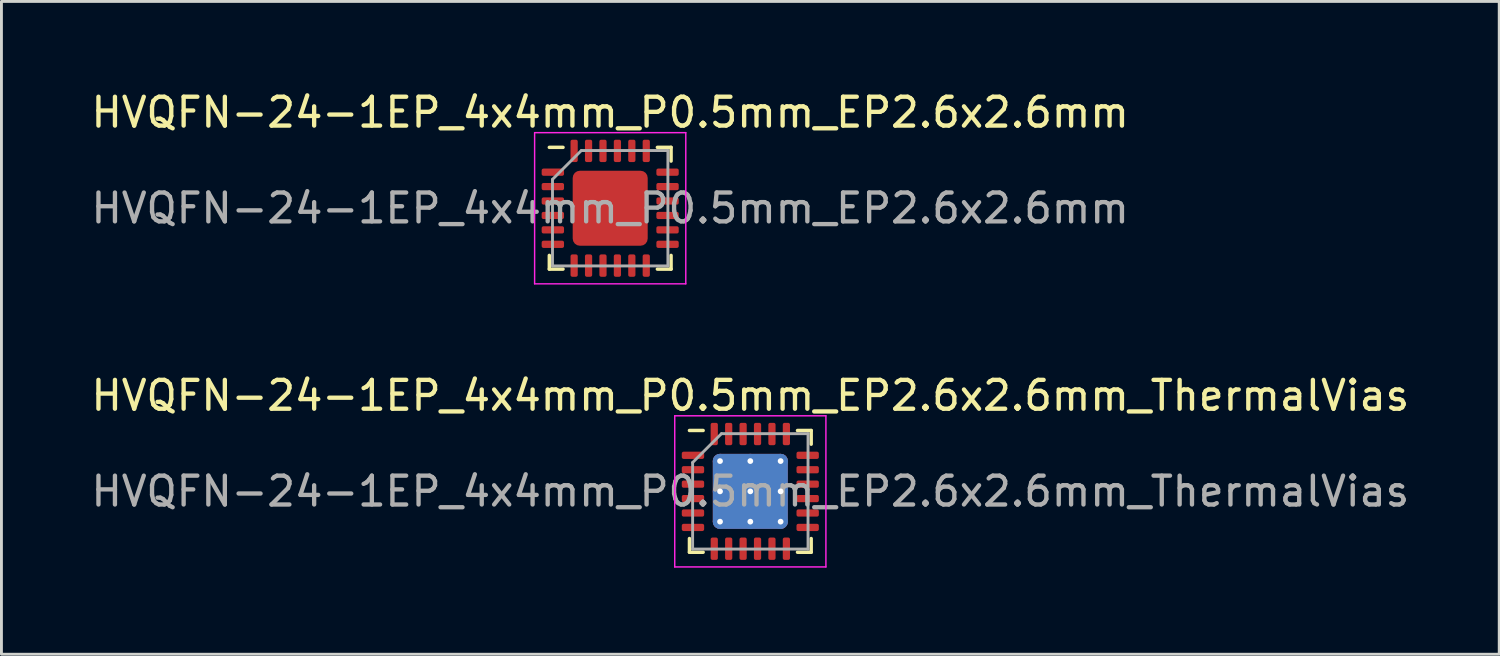
<source format=kicad_pcb>
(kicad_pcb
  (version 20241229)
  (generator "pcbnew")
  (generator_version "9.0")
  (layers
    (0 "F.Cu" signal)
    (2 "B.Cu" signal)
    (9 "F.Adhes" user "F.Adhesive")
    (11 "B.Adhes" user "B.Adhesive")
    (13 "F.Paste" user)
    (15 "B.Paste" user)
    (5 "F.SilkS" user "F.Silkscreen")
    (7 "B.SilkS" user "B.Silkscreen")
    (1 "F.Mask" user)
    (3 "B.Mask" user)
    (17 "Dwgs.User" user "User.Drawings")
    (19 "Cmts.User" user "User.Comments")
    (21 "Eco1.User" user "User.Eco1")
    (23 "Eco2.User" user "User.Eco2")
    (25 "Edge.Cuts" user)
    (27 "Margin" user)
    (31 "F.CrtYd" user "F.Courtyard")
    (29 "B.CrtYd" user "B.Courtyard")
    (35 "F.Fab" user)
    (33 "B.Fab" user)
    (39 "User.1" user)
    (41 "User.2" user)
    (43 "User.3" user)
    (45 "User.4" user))
  (footprint "HVQFN-24-1EP_4x4mm_P0.5mm_EP2.6x2.6mm"
    (layer "F.Cu")
    (at 18.101 4.168)
    (property "Reference" "HVQFN-24-1EP_4x4mm_P0.5mm_EP2.6x2.6mm" (at 0 -3.32 0) (layer "F.SilkS") (effects (font (size 1 1) (thickness 0.15))))
    (attr smd)
    (fp_line (start -2.11 2.11) (end -2.11 1.635) (stroke (width 0.12) (type solid)) (layer "F.SilkS"))
    (fp_line (start -1.635 -2.11) (end -2.11 -2.11) (stroke (width 0.12) (type solid)) (layer "F.SilkS"))
    (fp_line (start -1.635 2.11) (end -2.11 2.11) (stroke (width 0.12) (type solid)) (layer "F.SilkS"))
    (fp_line (start 1.635 -2.11) (end 2.11 -2.11) (stroke (width 0.12) (type solid)) (layer "F.SilkS"))
    (fp_line (start 1.635 2.11) (end 2.11 2.11) (stroke (width 0.12) (type solid)) (layer "F.SilkS"))
    (fp_line (start 2.11 -2.11) (end 2.11 -1.635) (stroke (width 0.12) (type solid)) (layer "F.SilkS"))
    (fp_line (start 2.11 2.11) (end 2.11 1.635) (stroke (width 0.12) (type solid)) (layer "F.SilkS"))
    (fp_line (start -2.62 -2.62) (end -2.62 2.62) (stroke (width 0.05) (type solid)) (layer "F.CrtYd"))
    (fp_line (start -2.62 2.62) (end 2.62 2.62) (stroke (width 0.05) (type solid)) (layer "F.CrtYd"))
    (fp_line (start 2.62 -2.62) (end -2.62 -2.62) (stroke (width 0.05) (type solid)) (layer "F.CrtYd"))
    (fp_line (start 2.62 2.62) (end 2.62 -2.62) (stroke (width 0.05) (type solid)) (layer "F.CrtYd"))
    (fp_line (start -2 -1) (end -1 -2) (stroke (width 0.1) (type solid)) (layer "F.Fab"))
    (fp_line (start -2 2) (end -2 -1) (stroke (width 0.1) (type solid)) (layer "F.Fab"))
    (fp_line (start -1 -2) (end 2 -2) (stroke (width 0.1) (type solid)) (layer "F.Fab"))
    (fp_line (start 2 -2) (end 2 2) (stroke (width 0.1) (type solid)) (layer "F.Fab"))
    (fp_line (start 2 2) (end -2 2) (stroke (width 0.1) (type solid)) (layer "F.Fab"))
    (fp_text user "${REFERENCE}" (at 0 0 0) (layer "F.Fab") (effects (font (size 1 1) (thickness 0.15))))
    (pad "" smd roundrect (at -0.87 -0.87) (size 0.7 0.7) (layers "F.Paste") (roundrect_rratio 0.25))
    (pad "" smd roundrect (at -0.87 0) (size 0.7 0.7) (layers "F.Paste") (roundrect_rratio 0.25))
    (pad "" smd roundrect (at -0.87 0.87) (size 0.7 0.7) (layers "F.Paste") (roundrect_rratio 0.25))
    (pad "" smd roundrect (at 0 -0.87) (size 0.7 0.7) (layers "F.Paste") (roundrect_rratio 0.25))
    (pad "" smd roundrect (at 0 0) (size 0.7 0.7) (layers "F.Paste") (roundrect_rratio 0.25))
    (pad "" smd roundrect (at 0 0.87) (size 0.7 0.7) (layers "F.Paste") (roundrect_rratio 0.25))
    (pad "" smd roundrect (at 0.87 -0.87) (size 0.7 0.7) (layers "F.Paste") (roundrect_rratio 0.25))
    (pad "" smd roundrect (at 0.87 0) (size 0.7 0.7) (layers "F.Paste") (roundrect_rratio 0.25))
    (pad "" smd roundrect (at 0.87 0.87) (size 0.7 0.7) (layers "F.Paste") (roundrect_rratio 0.25))
    (pad "1" smd roundrect (at -1.988 -1.25) (size 0.775 0.25) (layers "F.Cu" "F.Mask" "F.Paste") (roundrect_rratio 0.25))
    (pad "2" smd roundrect (at -1.988 -0.75) (size 0.775 0.25) (layers "F.Cu" "F.Mask" "F.Paste") (roundrect_rratio 0.25))
    (pad "3" smd roundrect (at -1.988 -0.25) (size 0.775 0.25) (layers "F.Cu" "F.Mask" "F.Paste") (roundrect_rratio 0.25))
    (pad "4" smd roundrect (at -1.988 0.25) (size 0.775 0.25) (layers "F.Cu" "F.Mask" "F.Paste") (roundrect_rratio 0.25))
    (pad "5" smd roundrect (at -1.988 0.75) (size 0.775 0.25) (layers "F.Cu" "F.Mask" "F.Paste") (roundrect_rratio 0.25))
    (pad "6" smd roundrect (at -1.988 1.25) (size 0.775 0.25) (layers "F.Cu" "F.Mask" "F.Paste") (roundrect_rratio 0.25))
    (pad "7" smd roundrect (at -1.25 1.988) (size 0.25 0.775) (layers "F.Cu" "F.Mask" "F.Paste") (roundrect_rratio 0.25))
    (pad "8" smd roundrect (at -0.75 1.988) (size 0.25 0.775) (layers "F.Cu" "F.Mask" "F.Paste") (roundrect_rratio 0.25))
    (pad "9" smd roundrect (at -0.25 1.988) (size 0.25 0.775) (layers "F.Cu" "F.Mask" "F.Paste") (roundrect_rratio 0.25))
    (pad "10" smd roundrect (at 0.25 1.988) (size 0.25 0.775) (layers "F.Cu" "F.Mask" "F.Paste") (roundrect_rratio 0.25))
    (pad "11" smd roundrect (at 0.75 1.988) (size 0.25 0.775) (layers "F.Cu" "F.Mask" "F.Paste") (roundrect_rratio 0.25))
    (pad "12" smd roundrect (at 1.25 1.988) (size 0.25 0.775) (layers "F.Cu" "F.Mask" "F.Paste") (roundrect_rratio 0.25))
    (pad "13" smd roundrect (at 1.988 1.25) (size 0.775 0.25) (layers "F.Cu" "F.Mask" "F.Paste") (roundrect_rratio 0.25))
    (pad "14" smd roundrect (at 1.988 0.75) (size 0.775 0.25) (layers "F.Cu" "F.Mask" "F.Paste") (roundrect_rratio 0.25))
    (pad "15" smd roundrect (at 1.988 0.25) (size 0.775 0.25) (layers "F.Cu" "F.Mask" "F.Paste") (roundrect_rratio 0.25))
    (pad "16" smd roundrect (at 1.988 -0.25) (size 0.775 0.25) (layers "F.Cu" "F.Mask" "F.Paste") (roundrect_rratio 0.25))
    (pad "17" smd roundrect (at 1.988 -0.75) (size 0.775 0.25) (layers "F.Cu" "F.Mask" "F.Paste") (roundrect_rratio 0.25))
    (pad "18" smd roundrect (at 1.988 -1.25) (size 0.775 0.25) (layers "F.Cu" "F.Mask" "F.Paste") (roundrect_rratio 0.25))
    (pad "19" smd roundrect (at 1.25 -1.988) (size 0.25 0.775) (layers "F.Cu" "F.Mask" "F.Paste") (roundrect_rratio 0.25))
    (pad "20" smd roundrect (at 0.75 -1.988) (size 0.25 0.775) (layers "F.Cu" "F.Mask" "F.Paste") (roundrect_rratio 0.25))
    (pad "21" smd roundrect (at 0.25 -1.988) (size 0.25 0.775) (layers "F.Cu" "F.Mask" "F.Paste") (roundrect_rratio 0.25))
    (pad "22" smd roundrect (at -0.25 -1.988) (size 0.25 0.775) (layers "F.Cu" "F.Mask" "F.Paste") (roundrect_rratio 0.25))
    (pad "23" smd roundrect (at -0.75 -1.988) (size 0.25 0.775) (layers "F.Cu" "F.Mask" "F.Paste") (roundrect_rratio 0.25))
    (pad "24" smd roundrect (at -1.25 -1.988) (size 0.25 0.775) (layers "F.Cu" "F.Mask" "F.Paste") (roundrect_rratio 0.25))
    (pad "25" smd roundrect (at 0 0) (size 2.6 2.6) (layers "F.Cu" "F.Mask") (roundrect_rratio 0.096)))
  (footprint "HVQFN-24-1EP_4x4mm_P0.5mm_EP2.6x2.6mm_ThermalVias"
    (layer "F.Cu")
    (at 22.958 13.982)
    (property "Reference" "HVQFN-24-1EP_4x4mm_P0.5mm_EP2.6x2.6mm_ThermalVias" (at 0 -3.32 0) (layer "F.SilkS") (effects (font (size 1 1) (thickness 0.15))))
    (attr smd)
    (fp_line (start -2.11 2.11) (end -2.11 1.635) (stroke (width 0.12) (type solid)) (layer "F.SilkS"))
    (fp_line (start -1.635 -2.11) (end -2.11 -2.11) (stroke (width 0.12) (type solid)) (layer "F.SilkS"))
    (fp_line (start -1.635 2.11) (end -2.11 2.11) (stroke (width 0.12) (type solid)) (layer "F.SilkS"))
    (fp_line (start 1.635 -2.11) (end 2.11 -2.11) (stroke (width 0.12) (type solid)) (layer "F.SilkS"))
    (fp_line (start 1.635 2.11) (end 2.11 2.11) (stroke (width 0.12) (type solid)) (layer "F.SilkS"))
    (fp_line (start 2.11 -2.11) (end 2.11 -1.635) (stroke (width 0.12) (type solid)) (layer "F.SilkS"))
    (fp_line (start 2.11 2.11) (end 2.11 1.635) (stroke (width 0.12) (type solid)) (layer "F.SilkS"))
    (fp_line (start -2.62 -2.62) (end -2.62 2.62) (stroke (width 0.05) (type solid)) (layer "F.CrtYd"))
    (fp_line (start -2.62 2.62) (end 2.62 2.62) (stroke (width 0.05) (type solid)) (layer "F.CrtYd"))
    (fp_line (start 2.62 -2.62) (end -2.62 -2.62) (stroke (width 0.05) (type solid)) (layer "F.CrtYd"))
    (fp_line (start 2.62 2.62) (end 2.62 -2.62) (stroke (width 0.05) (type solid)) (layer "F.CrtYd"))
    (fp_line (start -2 -1) (end -1 -2) (stroke (width 0.1) (type solid)) (layer "F.Fab"))
    (fp_line (start -2 2) (end -2 -1) (stroke (width 0.1) (type solid)) (layer "F.Fab"))
    (fp_line (start -1 -2) (end 2 -2) (stroke (width 0.1) (type solid)) (layer "F.Fab"))
    (fp_line (start 2 -2) (end 2 2) (stroke (width 0.1) (type solid)) (layer "F.Fab"))
    (fp_line (start 2 2) (end -2 2) (stroke (width 0.1) (type solid)) (layer "F.Fab"))
    (fp_text user "${REFERENCE}" (at 0 0 0) (layer "F.Fab") (effects (font (size 1 1) (thickness 0.15))))
    (pad "" smd custom (at -0.525 -0.525) (size 0.825 0.825) (layers "F.Paste") (options (anchor circle)) (primitives (gr_poly (pts (xy -0.343 -0.227) (xy -0.227 -0.343) (xy 0.227 -0.343) (xy 0.343 -0.227) (xy 0.343 0.227) (xy 0.227 0.343) (xy -0.227 0.343) (xy -0.343 0.227)) (width 0.279) (fill yes))))
    (pad "" smd custom (at -0.525 0.525) (size 0.825 0.825) (layers "F.Paste") (options (anchor circle)) (primitives (gr_poly (pts (xy -0.343 -0.227) (xy -0.227 -0.343) (xy 0.227 -0.343) (xy 0.343 -0.227) (xy 0.343 0.227) (xy 0.227 0.343) (xy -0.227 0.343) (xy -0.343 0.227)) (width 0.279) (fill yes))))
    (pad "" smd custom (at 0.525 -0.525) (size 0.825 0.825) (layers "F.Paste") (options (anchor circle)) (primitives (gr_poly (pts (xy -0.343 -0.227) (xy -0.227 -0.343) (xy 0.227 -0.343) (xy 0.343 -0.227) (xy 0.343 0.227) (xy 0.227 0.343) (xy -0.227 0.343) (xy -0.343 0.227)) (width 0.279) (fill yes))))
    (pad "" smd custom (at 0.525 0.525) (size 0.825 0.825) (layers "F.Paste") (options (anchor circle)) (primitives (gr_poly (pts (xy -0.343 -0.227) (xy -0.227 -0.343) (xy 0.227 -0.343) (xy 0.343 -0.227) (xy 0.343 0.227) (xy 0.227 0.343) (xy -0.227 0.343) (xy -0.343 0.227)) (width 0.279) (fill yes))))
    (pad "1" smd roundrect (at -1.988 -1.25) (size 0.775 0.25) (layers "F.Cu" "F.Mask" "F.Paste") (roundrect_rratio 0.25))
    (pad "2" smd roundrect (at -1.988 -0.75) (size 0.775 0.25) (layers "F.Cu" "F.Mask" "F.Paste") (roundrect_rratio 0.25))
    (pad "3" smd roundrect (at -1.988 -0.25) (size 0.775 0.25) (layers "F.Cu" "F.Mask" "F.Paste") (roundrect_rratio 0.25))
    (pad "4" smd roundrect (at -1.988 0.25) (size 0.775 0.25) (layers "F.Cu" "F.Mask" "F.Paste") (roundrect_rratio 0.25))
    (pad "5" smd roundrect (at -1.988 0.75) (size 0.775 0.25) (layers "F.Cu" "F.Mask" "F.Paste") (roundrect_rratio 0.25))
    (pad "6" smd roundrect (at -1.988 1.25) (size 0.775 0.25) (layers "F.Cu" "F.Mask" "F.Paste") (roundrect_rratio 0.25))
    (pad "7" smd roundrect (at -1.25 1.988) (size 0.25 0.775) (layers "F.Cu" "F.Mask" "F.Paste") (roundrect_rratio 0.25))
    (pad "8" smd roundrect (at -0.75 1.988) (size 0.25 0.775) (layers "F.Cu" "F.Mask" "F.Paste") (roundrect_rratio 0.25))
    (pad "9" smd roundrect (at -0.25 1.988) (size 0.25 0.775) (layers "F.Cu" "F.Mask" "F.Paste") (roundrect_rratio 0.25))
    (pad "10" smd roundrect (at 0.25 1.988) (size 0.25 0.775) (layers "F.Cu" "F.Mask" "F.Paste") (roundrect_rratio 0.25))
    (pad "11" smd roundrect (at 0.75 1.988) (size 0.25 0.775) (layers "F.Cu" "F.Mask" "F.Paste") (roundrect_rratio 0.25))
    (pad "12" smd roundrect (at 1.25 1.988) (size 0.25 0.775) (layers "F.Cu" "F.Mask" "F.Paste") (roundrect_rratio 0.25))
    (pad "13" smd roundrect (at 1.988 1.25) (size 0.775 0.25) (layers "F.Cu" "F.Mask" "F.Paste") (roundrect_rratio 0.25))
    (pad "14" smd roundrect (at 1.988 0.75) (size 0.775 0.25) (layers "F.Cu" "F.Mask" "F.Paste") (roundrect_rratio 0.25))
    (pad "15" smd roundrect (at 1.988 0.25) (size 0.775 0.25) (layers "F.Cu" "F.Mask" "F.Paste") (roundrect_rratio 0.25))
    (pad "16" smd roundrect (at 1.988 -0.25) (size 0.775 0.25) (layers "F.Cu" "F.Mask" "F.Paste") (roundrect_rratio 0.25))
    (pad "17" smd roundrect (at 1.988 -0.75) (size 0.775 0.25) (layers "F.Cu" "F.Mask" "F.Paste") (roundrect_rratio 0.25))
    (pad "18" smd roundrect (at 1.988 -1.25) (size 0.775 0.25) (layers "F.Cu" "F.Mask" "F.Paste") (roundrect_rratio 0.25))
    (pad "19" smd roundrect (at 1.25 -1.988) (size 0.25 0.775) (layers "F.Cu" "F.Mask" "F.Paste") (roundrect_rratio 0.25))
    (pad "20" smd roundrect (at 0.75 -1.988) (size 0.25 0.775) (layers "F.Cu" "F.Mask" "F.Paste") (roundrect_rratio 0.25))
    (pad "21" smd roundrect (at 0.25 -1.988) (size 0.25 0.775) (layers "F.Cu" "F.Mask" "F.Paste") (roundrect_rratio 0.25))
    (pad "22" smd roundrect (at -0.25 -1.988) (size 0.25 0.775) (layers "F.Cu" "F.Mask" "F.Paste") (roundrect_rratio 0.25))
    (pad "23" smd roundrect (at -0.75 -1.988) (size 0.25 0.775) (layers "F.Cu" "F.Mask" "F.Paste") (roundrect_rratio 0.25))
    (pad "24" smd roundrect (at -1.25 -1.988) (size 0.25 0.775) (layers "F.Cu" "F.Mask" "F.Paste") (roundrect_rratio 0.25))
    (pad "25" thru_hole circle (at -1.05 -1.05) (size 0.5 0.5) (drill 0.2) (layers "*.Cu"))
    (pad "25" thru_hole circle (at -1.05 0) (size 0.5 0.5) (drill 0.2) (layers "*.Cu"))
    (pad "25" thru_hole circle (at -1.05 1.05) (size 0.5 0.5) (drill 0.2) (layers "*.Cu"))
    (pad "25" thru_hole circle (at 0 -1.05) (size 0.5 0.5) (drill 0.2) (layers "*.Cu"))
    (pad "25" thru_hole circle (at 0 0) (size 0.5 0.5) (drill 0.2) (layers "*.Cu"))
    (pad "25" smd roundrect (at 0 0) (size 2.6 2.6) (layers "F.Cu" "F.Mask") (roundrect_rratio 0.096))
    (pad "25" smd roundrect (at 0 0) (size 2.6 2.6) (layers "B.Cu") (roundrect_rratio 0.096))
    (pad "25" thru_hole circle (at 0 1.05) (size 0.5 0.5) (drill 0.2) (layers "*.Cu"))
    (pad "25" thru_hole circle (at 1.05 -1.05) (size 0.5 0.5) (drill 0.2) (layers "*.Cu"))
    (pad "25" thru_hole circle (at 1.05 0) (size 0.5 0.5) (drill 0.2) (layers "*.Cu"))
    (pad "25" thru_hole circle (at 1.05 1.05) (size 0.5 0.5) (drill 0.2) (layers "*.Cu")))
  (gr_rect
    (start -3 -3)
    (end 48.917 19.627)
    (stroke (width 0.1) (type default))
    (fill no)
    (layer "Edge.Cuts")))
</source>
